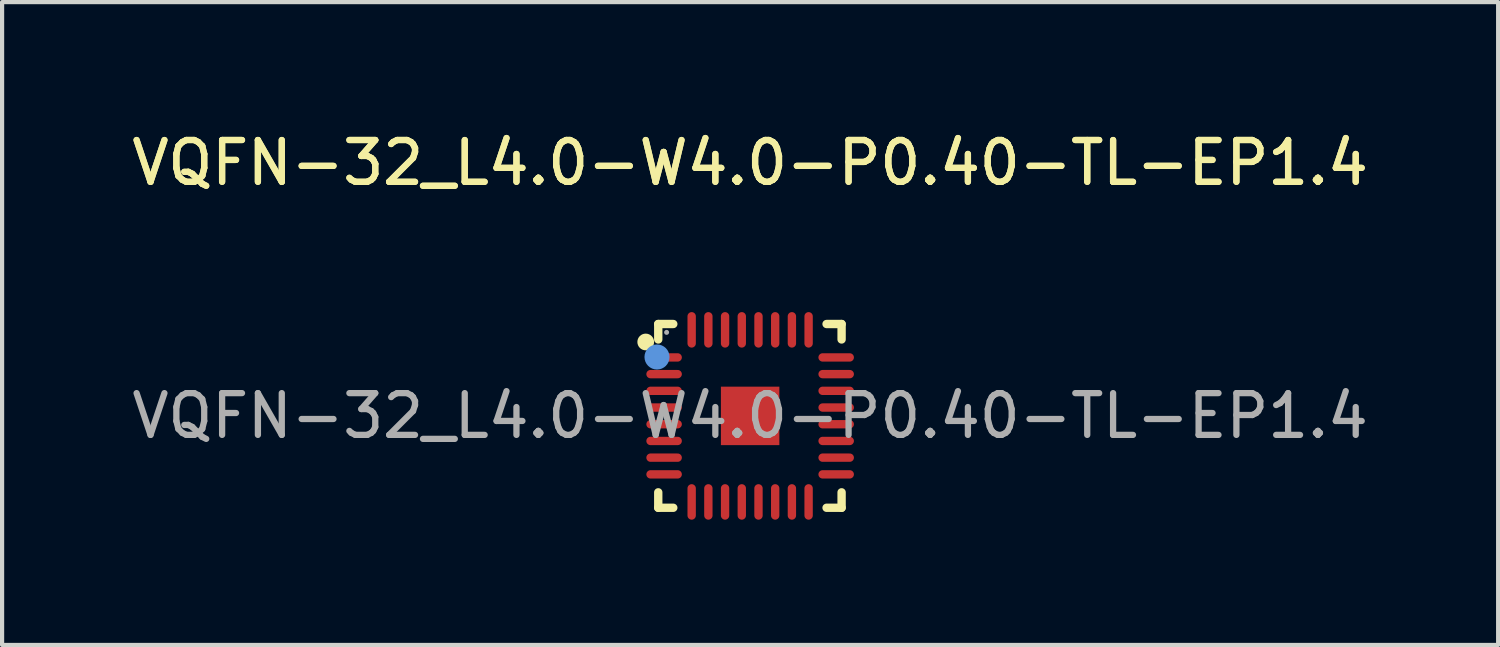
<source format=kicad_pcb>
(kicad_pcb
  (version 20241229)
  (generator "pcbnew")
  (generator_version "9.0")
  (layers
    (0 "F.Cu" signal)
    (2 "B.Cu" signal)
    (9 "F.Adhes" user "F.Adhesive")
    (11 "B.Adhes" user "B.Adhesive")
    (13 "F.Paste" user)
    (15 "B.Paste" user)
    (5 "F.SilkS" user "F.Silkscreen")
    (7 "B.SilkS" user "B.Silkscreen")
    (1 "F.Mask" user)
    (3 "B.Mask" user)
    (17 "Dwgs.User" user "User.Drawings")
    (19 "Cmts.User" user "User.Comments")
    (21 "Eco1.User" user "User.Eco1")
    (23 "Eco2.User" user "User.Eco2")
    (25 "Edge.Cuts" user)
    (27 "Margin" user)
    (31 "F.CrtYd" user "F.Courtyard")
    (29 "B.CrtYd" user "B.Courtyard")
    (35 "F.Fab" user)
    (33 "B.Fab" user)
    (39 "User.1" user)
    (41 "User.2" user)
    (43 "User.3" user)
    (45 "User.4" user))
  (footprint "VQFN-32_L4.0-W4.0-P0.40-TL-EP1.4"
    (layer "F.Cu")
    (at 14.911 6.908)
    (property "Reference" "VQFN-32_L4.0-W4.0-P0.40-TL-EP1.4" (at 0 -6.06 0) (layer "F.SilkS") (effects (font (size 1 1) (thickness 0.15))))
    (attr smd)
    (fp_line (start -2.2 -2.2) (end -1.84 -2.2) (stroke (width 0.2) (type solid)) (layer "F.SilkS"))
    (fp_line (start -2.2 -1.83) (end -2.2 -2.2) (stroke (width 0.2) (type solid)) (layer "F.SilkS"))
    (fp_line (start -2.2 2.2) (end -2.2 1.83) (stroke (width 0.2) (type solid)) (layer "F.SilkS"))
    (fp_line (start -1.84 2.2) (end -2.2 2.2) (stroke (width 0.2) (type solid)) (layer "F.SilkS"))
    (fp_line (start 1.83 2.2) (end 2.19 2.2) (stroke (width 0.2) (type solid)) (layer "F.SilkS"))
    (fp_line (start 2.19 -2.2) (end 1.83 -2.2) (stroke (width 0.2) (type solid)) (layer "F.SilkS"))
    (fp_line (start 2.19 -1.83) (end 2.19 -2.2) (stroke (width 0.2) (type solid)) (layer "F.SilkS"))
    (fp_line (start 2.19 2.2) (end 2.19 1.83) (stroke (width 0.2) (type solid)) (layer "F.SilkS"))
    (fp_circle (center -2.5 -1.77) (end -2.4 -1.77) (stroke (width 0.2) (type solid)) (fill no) (layer "F.SilkS"))
    (fp_circle (center -2.23 -1.41) (end -2.08 -1.41) (stroke (width 0.3) (type solid)) (fill no) (layer "Cmts.User"))
    (fp_circle (center -2 -2) (end -1.97 -2) (stroke (width 0.06) (type solid)) (fill no) (layer "F.Fab"))
    (fp_text user "${REFERENCE}" (at 0 -6.06 0) (layer "F.SilkS") (effects (font (size 1 1) (thickness 0.15))))
    (fp_text user "${REFERENCE}" (at 0 0 0) (layer "F.Fab") (effects (font (size 1 1) (thickness 0.15))))
    (pad "1" smd oval (at -2.06 -1.4) (size 0.85 0.2) (layers "F.Cu" "F.Mask" "F.Paste"))
    (pad "2" smd oval (at -2.06 -1) (size 0.85 0.2) (layers "F.Cu" "F.Mask" "F.Paste"))
    (pad "3" smd oval (at -2.06 -0.6) (size 0.85 0.2) (layers "F.Cu" "F.Mask" "F.Paste"))
    (pad "4" smd oval (at -2.06 -0.2) (size 0.85 0.2) (layers "F.Cu" "F.Mask" "F.Paste"))
    (pad "5" smd oval (at -2.06 0.2) (size 0.85 0.2) (layers "F.Cu" "F.Mask" "F.Paste"))
    (pad "6" smd oval (at -2.06 0.6) (size 0.85 0.2) (layers "F.Cu" "F.Mask" "F.Paste"))
    (pad "7" smd oval (at -2.06 1) (size 0.85 0.2) (layers "F.Cu" "F.Mask" "F.Paste"))
    (pad "8" smd oval (at -2.06 1.4) (size 0.85 0.2) (layers "F.Cu" "F.Mask" "F.Paste"))
    (pad "9" smd oval (at -1.4 2.06) (size 0.2 0.85) (layers "F.Cu" "F.Mask" "F.Paste"))
    (pad "10" smd oval (at -1 2.06) (size 0.2 0.85) (layers "F.Cu" "F.Mask" "F.Paste"))
    (pad "11" smd oval (at -0.6 2.06) (size 0.2 0.85) (layers "F.Cu" "F.Mask" "F.Paste"))
    (pad "12" smd oval (at -0.2 2.06) (size 0.2 0.85) (layers "F.Cu" "F.Mask" "F.Paste"))
    (pad "13" smd oval (at 0.2 2.06) (size 0.2 0.85) (layers "F.Cu" "F.Mask" "F.Paste"))
    (pad "14" smd oval (at 0.6 2.06) (size 0.2 0.85) (layers "F.Cu" "F.Mask" "F.Paste"))
    (pad "15" smd oval (at 1 2.06) (size 0.2 0.85) (layers "F.Cu" "F.Mask" "F.Paste"))
    (pad "16" smd oval (at 1.4 2.06) (size 0.2 0.85) (layers "F.Cu" "F.Mask" "F.Paste"))
    (pad "17" smd oval (at 2.06 1.4) (size 0.85 0.2) (layers "F.Cu" "F.Mask" "F.Paste"))
    (pad "18" smd oval (at 2.06 1) (size 0.85 0.2) (layers "F.Cu" "F.Mask" "F.Paste"))
    (pad "19" smd oval (at 2.06 0.6) (size 0.85 0.2) (layers "F.Cu" "F.Mask" "F.Paste"))
    (pad "20" smd oval (at 2.06 0.2) (size 0.85 0.2) (layers "F.Cu" "F.Mask" "F.Paste"))
    (pad "21" smd oval (at 2.06 -0.2) (size 0.85 0.2) (layers "F.Cu" "F.Mask" "F.Paste"))
    (pad "22" smd oval (at 2.06 -0.6) (size 0.85 0.2) (layers "F.Cu" "F.Mask" "F.Paste"))
    (pad "23" smd oval (at 2.06 -1) (size 0.85 0.2) (layers "F.Cu" "F.Mask" "F.Paste"))
    (pad "24" smd oval (at 2.06 -1.4) (size 0.85 0.2) (layers "F.Cu" "F.Mask" "F.Paste"))
    (pad "25" smd oval (at 1.4 -2.06) (size 0.2 0.85) (layers "F.Cu" "F.Mask" "F.Paste"))
    (pad "26" smd oval (at 1 -2.06) (size 0.2 0.85) (layers "F.Cu" "F.Mask" "F.Paste"))
    (pad "27" smd oval (at 0.6 -2.06) (size 0.2 0.85) (layers "F.Cu" "F.Mask" "F.Paste"))
    (pad "28" smd oval (at 0.2 -2.06) (size 0.2 0.85) (layers "F.Cu" "F.Mask" "F.Paste"))
    (pad "29" smd oval (at -0.2 -2.06) (size 0.2 0.85) (layers "F.Cu" "F.Mask" "F.Paste"))
    (pad "30" smd oval (at -0.6 -2.06) (size 0.2 0.85) (layers "F.Cu" "F.Mask" "F.Paste"))
    (pad "31" smd oval (at -1 -2.06) (size 0.2 0.85) (layers "F.Cu" "F.Mask" "F.Paste"))
    (pad "32" smd oval (at -1.4 -2.06) (size 0.2 0.85) (layers "F.Cu" "F.Mask" "F.Paste"))
    (pad "33" smd rect (at 0 0) (size 1.4 1.4) (layers "F.Cu" "F.Mask" "F.Paste")))
  (gr_rect
    (start -3 -3)
    (end 32.821 12.393)
    (stroke (width 0.1) (type default))
    (fill no)
    (layer "Edge.Cuts")))
</source>
